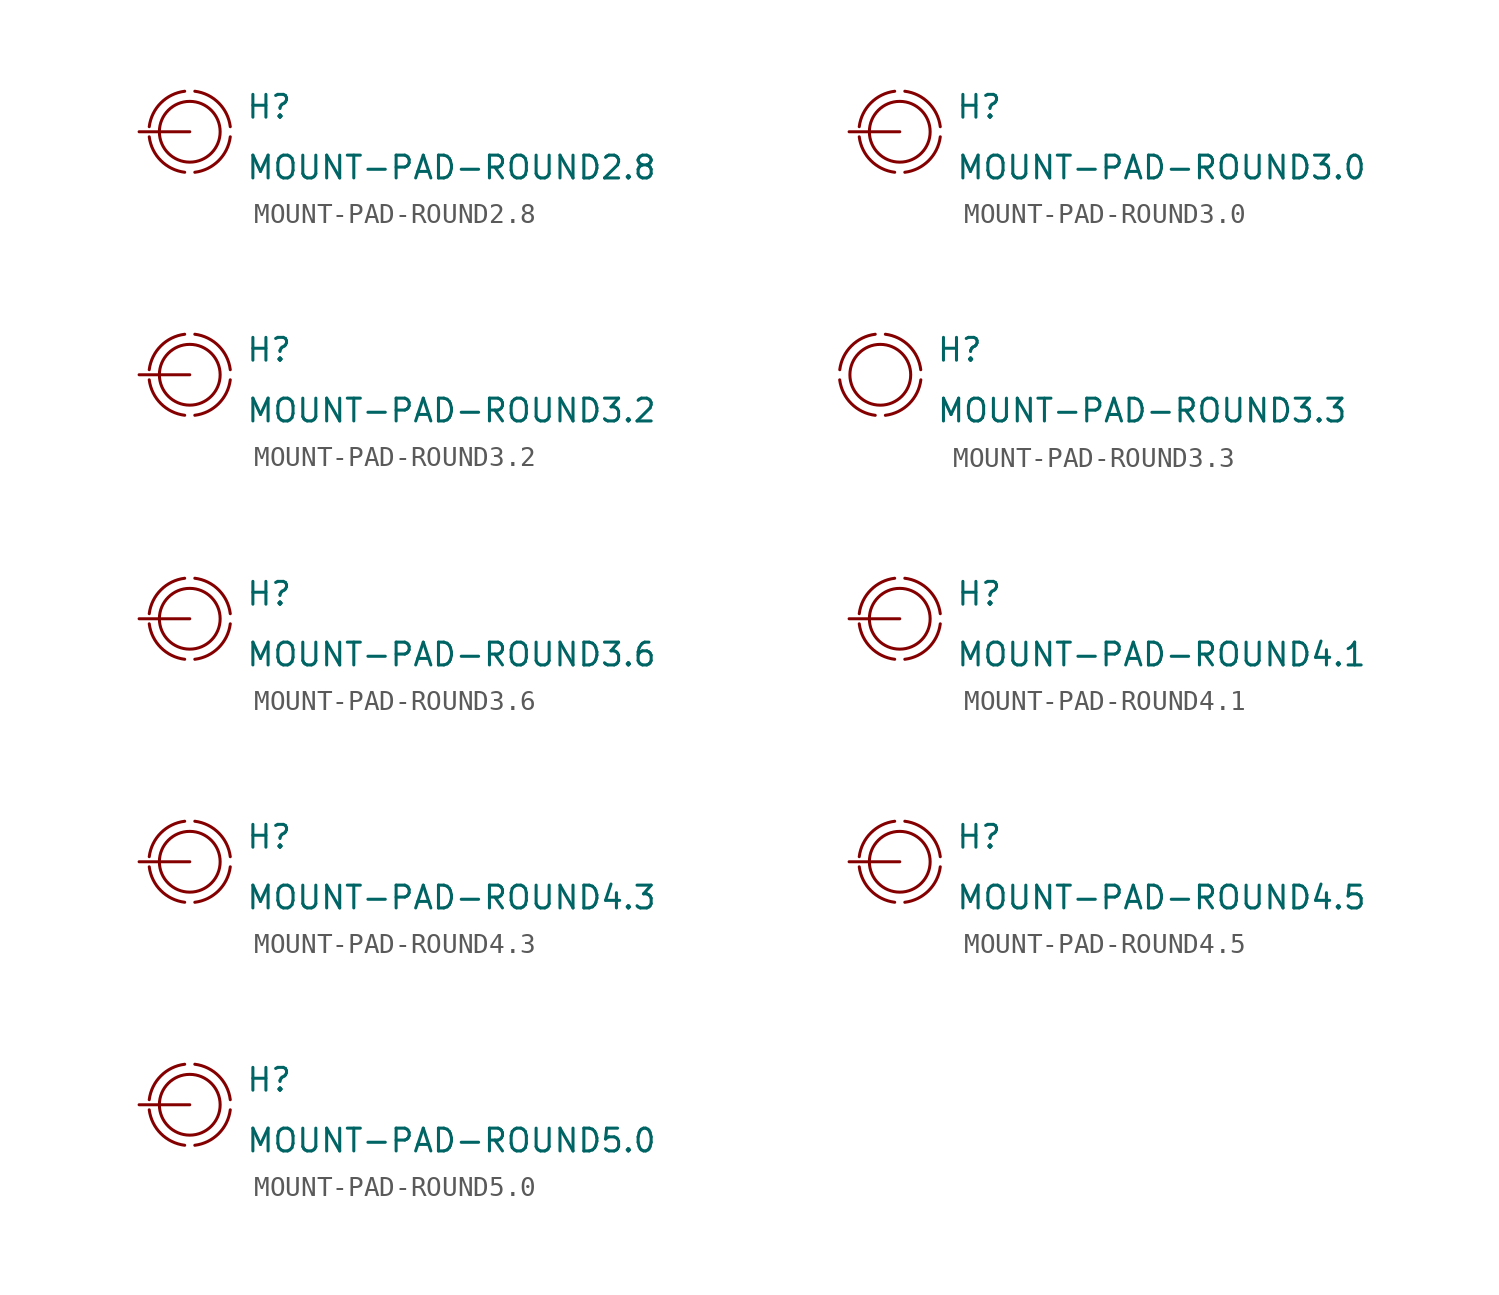
<source format=kicad_sym>
(kicad_symbol_lib
  (version 20201005)
  (generator kicad_symbol_editor)
  (symbol "Zimprich:MOUNT-PAD-ROUND2.8"
    (pin_numbers hide)
    (pin_names hide)
    (property "Reference" "H"
      (at 2.794 0.584 0)
      (effects (font (size 1.143 1.143)) (justify left bottom)))
    (property "Value" "MOUNT-PAD-ROUND2.8"
      (at 2.794 -2.464 0)
      (effects (font (size 1.143 1.143)) (justify left bottom)))
    (property "ki_locked" ""
      (at 0 0 0)
      (effects (font (size 1.27 1.27))))
    (symbol "MOUNT-PAD-ROUND2.8_1_1"
      (arc (start 2.032 0.254) (end 0.254 2.032) (radius (at 0 0) (length 2.032) (angles 7.3 82.8)) (stroke (width 0)) (fill (type none)))
      (arc (start -0.254 2.032) (end -2.032 0.254) (radius (at 0 0) (length 2.032) (angles 97.3 172.8)) (stroke (width 0)) (fill (type none)))
      (arc (start -2.032 -0.254) (end -0.254 -2.032) (radius (at 0 0) (length 2.032) (angles -172.7 -97.2)) (stroke (width 0)) (fill (type none)))
      (arc (start 0.254 -2.032) (end 2.032 -0.254) (radius (at 0 0) (length 2.032) (angles -82.7 -7.2)) (stroke (width 0)) (fill (type none)))
      (circle (center 0 0) (radius 1.524) (stroke (width 0)) (fill (type none)))
      (pin passive line (at -2.54 0 0) (length 2.54) (name "MOUNT" (effects (font (size 1.016 1.016)))) (number "B2,8" (effects (font (size 1.016 1.016)))))))
  (symbol "Zimprich:MOUNT-PAD-ROUND3.0"
    (pin_numbers hide)
    (pin_names hide)
    (property "Reference" "H"
      (at 2.794 0.584 0)
      (effects (font (size 1.143 1.143)) (justify left bottom)))
    (property "Value" "MOUNT-PAD-ROUND3.0"
      (at 2.794 -2.464 0)
      (effects (font (size 1.143 1.143)) (justify left bottom)))
    (property "ki_locked" ""
      (at 0 0 0)
      (effects (font (size 1.27 1.27))))
    (symbol "MOUNT-PAD-ROUND3.0_1_1"
      (arc (start 2.032 0.254) (end 0.254 2.032) (radius (at 0 0) (length 2.032) (angles 7.3 82.8)) (stroke (width 0)) (fill (type none)))
      (arc (start -0.254 2.032) (end -2.032 0.254) (radius (at 0 0) (length 2.032) (angles 97.3 172.8)) (stroke (width 0)) (fill (type none)))
      (arc (start -2.032 -0.254) (end -0.254 -2.032) (radius (at 0 0) (length 2.032) (angles -172.7 -97.2)) (stroke (width 0)) (fill (type none)))
      (arc (start 0.254 -2.032) (end 2.032 -0.254) (radius (at 0 0) (length 2.032) (angles -82.7 -7.2)) (stroke (width 0)) (fill (type none)))
      (circle (center 0 0) (radius 1.524) (stroke (width 0)) (fill (type none)))
      (pin passive line (at -2.54 0 0) (length 2.54) (name "MOUNT" (effects (font (size 1.016 1.016)))) (number "B3,0" (effects (font (size 1.016 1.016)))))))
  (symbol "Zimprich:MOUNT-PAD-ROUND3.2"
    (pin_numbers hide)
    (pin_names hide)
    (property "Reference" "H"
      (at 2.794 0.584 0)
      (effects (font (size 1.143 1.143)) (justify left bottom)))
    (property "Value" "MOUNT-PAD-ROUND3.2"
      (at 2.794 -2.464 0)
      (effects (font (size 1.143 1.143)) (justify left bottom)))
    (property "ki_locked" ""
      (at 0 0 0)
      (effects (font (size 1.27 1.27))))
    (symbol "MOUNT-PAD-ROUND3.2_1_1"
      (arc (start 2.032 0.254) (end 0.254 2.032) (radius (at 0 0) (length 2.032) (angles 7.3 82.8)) (stroke (width 0)) (fill (type none)))
      (arc (start -0.254 2.032) (end -2.032 0.254) (radius (at 0 0) (length 2.032) (angles 97.3 172.8)) (stroke (width 0)) (fill (type none)))
      (arc (start -2.032 -0.254) (end -0.254 -2.032) (radius (at 0 0) (length 2.032) (angles -172.7 -97.2)) (stroke (width 0)) (fill (type none)))
      (arc (start 0.254 -2.032) (end 2.032 -0.254) (radius (at 0 0) (length 2.032) (angles -82.7 -7.2)) (stroke (width 0)) (fill (type none)))
      (circle (center 0 0) (radius 1.524) (stroke (width 0)) (fill (type none)))
      (pin passive line (at -2.54 0 0) (length 2.54) (name "MOUNT" (effects (font (size 1.016 1.016)))) (number "B3,2" (effects (font (size 1.016 1.016)))))))
  (symbol "Zimprich:MOUNT-PAD-ROUND3.3"
    (pin_numbers hide)
    (pin_names hide)
    (property "Reference" "H"
      (at 2.794 0.584 0)
      (effects (font (size 1.143 1.143)) (justify left bottom)))
    (property "Value" "MOUNT-PAD-ROUND3.3"
      (at 2.794 -2.464 0)
      (effects (font (size 1.143 1.143)) (justify left bottom)))
    (property "ki_locked" ""
      (at 0 0 0)
      (effects (font (size 1.27 1.27))))
    (symbol "MOUNT-PAD-ROUND3.3_1_1"
      (arc (start 2.032 0.254) (end 0.254 2.032) (radius (at 0 0) (length 2.032) (angles 7.3 82.8)) (stroke (width 0)) (fill (type none)))
      (arc (start -0.254 2.032) (end -2.032 0.254) (radius (at 0 0) (length 2.032) (angles 97.3 172.8)) (stroke (width 0)) (fill (type none)))
      (arc (start -2.032 -0.254) (end -0.254 -2.032) (radius (at 0 0) (length 2.032) (angles -172.7 -97.2)) (stroke (width 0)) (fill (type none)))
      (arc (start 0.254 -2.032) (end 2.032 -0.254) (radius (at 0 0) (length 2.032) (angles -82.7 -7.2)) (stroke (width 0)) (fill (type none)))
      (circle (center 0 0) (radius 1.524) (stroke (width 0)) (fill (type none)))))
  (symbol "Zimprich:MOUNT-PAD-ROUND3.6"
    (pin_numbers hide)
    (pin_names hide)
    (property "Reference" "H"
      (at 2.794 0.584 0)
      (effects (font (size 1.143 1.143)) (justify left bottom)))
    (property "Value" "MOUNT-PAD-ROUND3.6"
      (at 2.794 -2.464 0)
      (effects (font (size 1.143 1.143)) (justify left bottom)))
    (property "ki_locked" ""
      (at 0 0 0)
      (effects (font (size 1.27 1.27))))
    (symbol "MOUNT-PAD-ROUND3.6_1_1"
      (arc (start 2.032 0.254) (end 0.254 2.032) (radius (at 0 0) (length 2.032) (angles 7.3 82.8)) (stroke (width 0)) (fill (type none)))
      (arc (start -0.254 2.032) (end -2.032 0.254) (radius (at 0 0) (length 2.032) (angles 97.3 172.8)) (stroke (width 0)) (fill (type none)))
      (arc (start -2.032 -0.254) (end -0.254 -2.032) (radius (at 0 0) (length 2.032) (angles -172.7 -97.2)) (stroke (width 0)) (fill (type none)))
      (arc (start 0.254 -2.032) (end 2.032 -0.254) (radius (at 0 0) (length 2.032) (angles -82.7 -7.2)) (stroke (width 0)) (fill (type none)))
      (circle (center 0 0) (radius 1.524) (stroke (width 0)) (fill (type none)))
      (pin passive line (at -2.54 0 0) (length 2.54) (name "MOUNT" (effects (font (size 1.016 1.016)))) (number "B3,6" (effects (font (size 1.016 1.016)))))))
  (symbol "Zimprich:MOUNT-PAD-ROUND4.1"
    (pin_numbers hide)
    (pin_names hide)
    (property "Reference" "H"
      (at 2.794 0.584 0)
      (effects (font (size 1.143 1.143)) (justify left bottom)))
    (property "Value" "MOUNT-PAD-ROUND4.1"
      (at 2.794 -2.464 0)
      (effects (font (size 1.143 1.143)) (justify left bottom)))
    (property "ki_locked" ""
      (at 0 0 0)
      (effects (font (size 1.27 1.27))))
    (symbol "MOUNT-PAD-ROUND4.1_1_1"
      (arc (start 2.032 0.254) (end 0.254 2.032) (radius (at 0 0) (length 2.032) (angles 7.3 82.8)) (stroke (width 0)) (fill (type none)))
      (arc (start -0.254 2.032) (end -2.032 0.254) (radius (at 0 0) (length 2.032) (angles 97.3 172.8)) (stroke (width 0)) (fill (type none)))
      (arc (start -2.032 -0.254) (end -0.254 -2.032) (radius (at 0 0) (length 2.032) (angles -172.7 -97.2)) (stroke (width 0)) (fill (type none)))
      (arc (start 0.254 -2.032) (end 2.032 -0.254) (radius (at 0 0) (length 2.032) (angles -82.7 -7.2)) (stroke (width 0)) (fill (type none)))
      (circle (center 0 0) (radius 1.524) (stroke (width 0)) (fill (type none)))
      (pin passive line (at -2.54 0 0) (length 2.54) (name "MOUNT" (effects (font (size 1.016 1.016)))) (number "B4,1" (effects (font (size 1.016 1.016)))))))
  (symbol "Zimprich:MOUNT-PAD-ROUND4.3"
    (pin_numbers hide)
    (pin_names hide)
    (property "Reference" "H"
      (at 2.794 0.584 0)
      (effects (font (size 1.143 1.143)) (justify left bottom)))
    (property "Value" "MOUNT-PAD-ROUND4.3"
      (at 2.794 -2.464 0)
      (effects (font (size 1.143 1.143)) (justify left bottom)))
    (property "ki_locked" ""
      (at 0 0 0)
      (effects (font (size 1.27 1.27))))
    (symbol "MOUNT-PAD-ROUND4.3_1_1"
      (arc (start 2.032 0.254) (end 0.254 2.032) (radius (at 0 0) (length 2.032) (angles 7.3 82.8)) (stroke (width 0)) (fill (type none)))
      (arc (start -0.254 2.032) (end -2.032 0.254) (radius (at 0 0) (length 2.032) (angles 97.3 172.8)) (stroke (width 0)) (fill (type none)))
      (arc (start -2.032 -0.254) (end -0.254 -2.032) (radius (at 0 0) (length 2.032) (angles -172.7 -97.2)) (stroke (width 0)) (fill (type none)))
      (arc (start 0.254 -2.032) (end 2.032 -0.254) (radius (at 0 0) (length 2.032) (angles -82.7 -7.2)) (stroke (width 0)) (fill (type none)))
      (circle (center 0 0) (radius 1.524) (stroke (width 0)) (fill (type none)))
      (pin passive line (at -2.54 0 0) (length 2.54) (name "MOUNT" (effects (font (size 1.016 1.016)))) (number "B4,3" (effects (font (size 1.016 1.016)))))))
  (symbol "Zimprich:MOUNT-PAD-ROUND4.5"
    (pin_numbers hide)
    (pin_names hide)
    (property "Reference" "H"
      (at 2.794 0.584 0)
      (effects (font (size 1.143 1.143)) (justify left bottom)))
    (property "Value" "MOUNT-PAD-ROUND4.5"
      (at 2.794 -2.464 0)
      (effects (font (size 1.143 1.143)) (justify left bottom)))
    (property "ki_locked" ""
      (at 0 0 0)
      (effects (font (size 1.27 1.27))))
    (symbol "MOUNT-PAD-ROUND4.5_1_1"
      (arc (start 2.032 0.254) (end 0.254 2.032) (radius (at 0 0) (length 2.032) (angles 7.3 82.8)) (stroke (width 0)) (fill (type none)))
      (arc (start -0.254 2.032) (end -2.032 0.254) (radius (at 0 0) (length 2.032) (angles 97.3 172.8)) (stroke (width 0)) (fill (type none)))
      (arc (start -2.032 -0.254) (end -0.254 -2.032) (radius (at 0 0) (length 2.032) (angles -172.7 -97.2)) (stroke (width 0)) (fill (type none)))
      (arc (start 0.254 -2.032) (end 2.032 -0.254) (radius (at 0 0) (length 2.032) (angles -82.7 -7.2)) (stroke (width 0)) (fill (type none)))
      (circle (center 0 0) (radius 1.524) (stroke (width 0)) (fill (type none)))
      (pin passive line (at -2.54 0 0) (length 2.54) (name "MOUNT" (effects (font (size 1.016 1.016)))) (number "B4,5" (effects (font (size 1.016 1.016)))))))
  (symbol "Zimprich:MOUNT-PAD-ROUND5.0"
    (pin_numbers hide)
    (pin_names hide)
    (property "Reference" "H"
      (at 2.794 0.584 0)
      (effects (font (size 1.143 1.143)) (justify left bottom)))
    (property "Value" "MOUNT-PAD-ROUND5.0"
      (at 2.794 -2.464 0)
      (effects (font (size 1.143 1.143)) (justify left bottom)))
    (property "ki_locked" ""
      (at 0 0 0)
      (effects (font (size 1.27 1.27))))
    (symbol "MOUNT-PAD-ROUND5.0_1_1"
      (arc (start 2.032 0.254) (end 0.254 2.032) (radius (at 0 0) (length 2.032) (angles 7.3 82.8)) (stroke (width 0)) (fill (type none)))
      (arc (start -0.254 2.032) (end -2.032 0.254) (radius (at 0 0) (length 2.032) (angles 97.3 172.8)) (stroke (width 0)) (fill (type none)))
      (arc (start -2.032 -0.254) (end -0.254 -2.032) (radius (at 0 0) (length 2.032) (angles -172.7 -97.2)) (stroke (width 0)) (fill (type none)))
      (arc (start 0.254 -2.032) (end 2.032 -0.254) (radius (at 0 0) (length 2.032) (angles -82.7 -7.2)) (stroke (width 0)) (fill (type none)))
      (circle (center 0 0) (radius 1.524) (stroke (width 0)) (fill (type none)))
      (pin passive line (at -2.54 0 0) (length 2.54) (name "MOUNT" (effects (font (size 1.016 1.016)))) (number "B5" (effects (font (size 1.016 1.016))))))))
</source>
